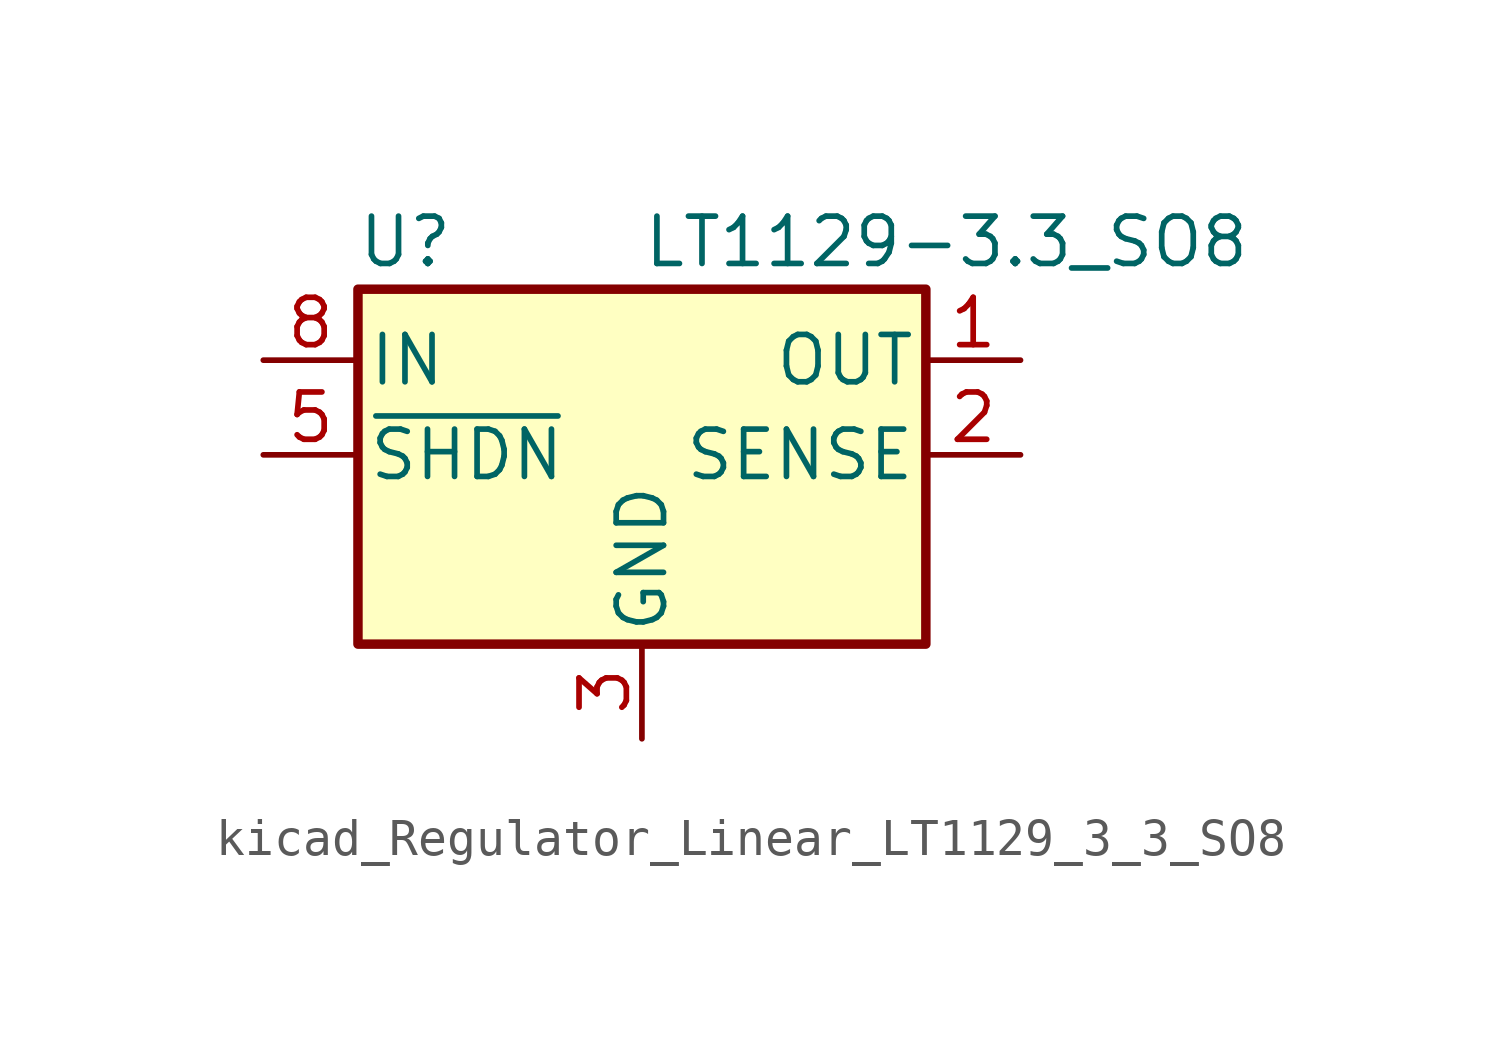
<source format=kicad_sym>
(kicad_symbol_lib
  (version 20220914)
  (generator kicad_symbol_editor)
  (symbol "kicad_Regulator_Linear_LT1129_3_3_SO8"
    (pin_names
      (offset 0.254))
    (property "Reference" "U"
      (at -6.35 5.715 0)
      (effects (font (size 1.27 1.27))))
    (property "Value" "LT1129-3.3_SO8"
      (at 0 5.715 0)
      (effects (font (size 1.27 1.27)) (justify left)))
    (symbol "kicad_Regulator_Linear_LT1129_3_3_SO8_0_1"
      (rectangle (start -7.62 -5.08) (end 7.62 4.445) (stroke (width 0.254) (type default)) (fill (type background))))
    (symbol "kicad_Regulator_Linear_LT1129_3_3_SO8_1_1"
      (pin power_out line (at 10.16 2.54 180) (length 2.54) (name "OUT" (effects (font (size 1.27 1.27)))) (number "1" (effects (font (size 1.27 1.27)))))
      (pin input line (at 10.16 0 180) (length 2.54) (name "SENSE" (effects (font (size 1.27 1.27)))) (number "2" (effects (font (size 1.27 1.27)))))
      (pin power_in line (at 0 -7.62 90) (length 2.54) (name "GND" (effects (font (size 1.27 1.27)))) (number "3" (effects (font (size 1.27 1.27)))))
      (pin no_connect line (at 7.62 -2.54 180) (length 2.54) hide (name "NC" (effects (font (size 1.27 1.27)))) (number "4" (effects (font (size 1.27 1.27)))))
      (pin input line (at -10.16 0 0) (length 2.54) (name "~{SHDN}" (effects (font (size 1.27 1.27)))) (number "5" (effects (font (size 1.27 1.27)))))
      (pin passive line (at 0 -7.62 90) (length 2.54) hide (name "GND" (effects (font (size 1.27 1.27)))) (number "6" (effects (font (size 1.27 1.27)))))
      (pin passive line (at 0 -7.62 90) (length 2.54) hide (name "GND" (effects (font (size 1.27 1.27)))) (number "7" (effects (font (size 1.27 1.27)))))
      (pin power_in line (at -10.16 2.54 0) (length 2.54) (name "IN" (effects (font (size 1.27 1.27)))) (number "8" (effects (font (size 1.27 1.27))))))))
</source>
